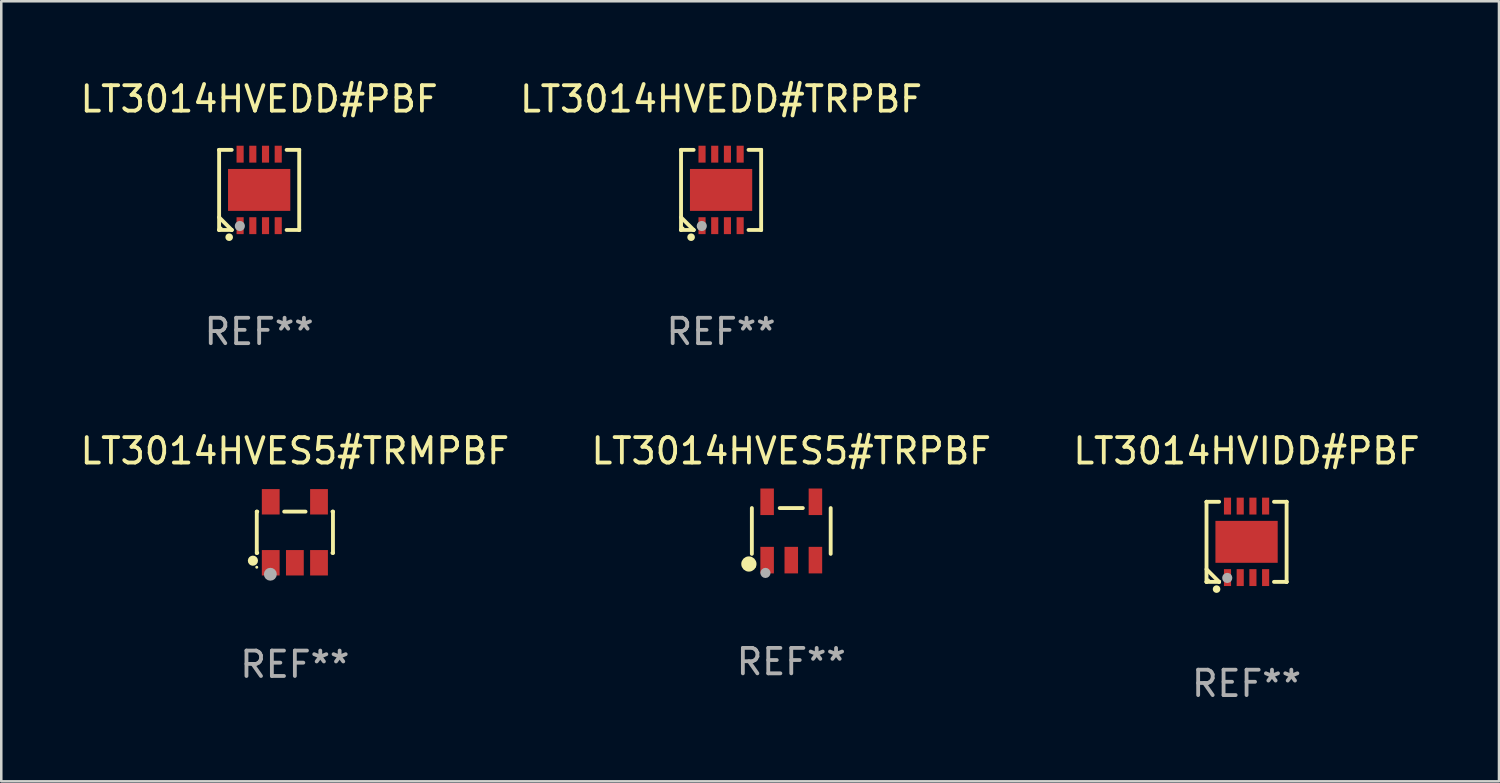
<source format=kicad_pcb>
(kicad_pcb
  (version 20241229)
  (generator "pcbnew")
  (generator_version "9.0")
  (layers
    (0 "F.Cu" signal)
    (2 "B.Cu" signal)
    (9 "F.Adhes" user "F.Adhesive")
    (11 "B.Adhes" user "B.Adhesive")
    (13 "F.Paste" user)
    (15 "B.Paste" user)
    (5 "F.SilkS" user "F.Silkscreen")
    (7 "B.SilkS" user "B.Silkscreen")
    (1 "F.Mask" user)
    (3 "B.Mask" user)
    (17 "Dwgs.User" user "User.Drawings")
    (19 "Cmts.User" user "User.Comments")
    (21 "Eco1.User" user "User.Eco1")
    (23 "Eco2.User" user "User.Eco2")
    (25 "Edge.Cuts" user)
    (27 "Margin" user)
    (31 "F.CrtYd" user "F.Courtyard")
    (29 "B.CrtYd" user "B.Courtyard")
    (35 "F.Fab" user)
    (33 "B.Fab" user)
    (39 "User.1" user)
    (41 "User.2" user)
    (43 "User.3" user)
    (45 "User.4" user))
  (footprint "LT3014HVEDD#TRPBF"
    (layer "F.Cu")
    (at 25.327 4.424)
    (property "Reference" "LT3014HVEDD#TRPBF" (at 0 -3.576 0) (layer "F.SilkS") (effects (font (size 1 1) (thickness 0.15))))
    (attr through_hole)
    (fp_line (start -1.576 -1.576) (end -1.576 -1.576) (stroke (width 0.152) (type solid)) (layer "F.SilkS"))
    (fp_line (start -1.576 -1.576) (end -1.08 -1.576) (stroke (width 0.152) (type solid)) (layer "F.SilkS"))
    (fp_line (start -1.576 1.576) (end -1.576 -1.576) (stroke (width 0.152) (type solid)) (layer "F.SilkS"))
    (fp_line (start -1.576 1.576) (end -1.576 1.576) (stroke (width 0.152) (type solid)) (layer "F.SilkS"))
    (fp_line (start -1.08 1.575) (end -1.576 1.079) (stroke (width 0.152) (type solid)) (layer "F.SilkS"))
    (fp_line (start -1.08 1.576) (end -1.576 1.576) (stroke (width 0.152) (type solid)) (layer "F.SilkS"))
    (fp_line (start -1.08 1.576) (end -1.08 1.575) (stroke (width 0.152) (type solid)) (layer "F.SilkS"))
    (fp_line (start 1.08 1.576) (end 1.576 1.576) (stroke (width 0.152) (type solid)) (layer "F.SilkS"))
    (fp_line (start 1.576 -1.576) (end 1.08 -1.576) (stroke (width 0.152) (type solid)) (layer "F.SilkS"))
    (fp_line (start 1.576 -1.576) (end 1.576 -1.576) (stroke (width 0.152) (type solid)) (layer "F.SilkS"))
    (fp_line (start 1.576 1.576) (end 1.576 -1.576) (stroke (width 0.152) (type solid)) (layer "F.SilkS"))
    (fp_line (start 1.576 1.576) (end 1.576 1.576) (stroke (width 0.152) (type solid)) (layer "F.SilkS"))
    (fp_circle (center -1.5 1.5) (end -1.47 1.5) (stroke (width 0.06) (type solid)) (fill no) (layer "F.SilkS"))
    (fp_circle (center -1.18 1.86) (end -1.105 1.86) (stroke (width 0.15) (type solid)) (fill no) (layer "F.SilkS"))
    (fp_circle (center -0.76 1.42) (end -0.66 1.42) (stroke (width 0.2) (type solid)) (fill no) (layer "F.Fab"))
    (fp_text user "REF**" (at 0 5.576 0) (layer "F.Fab") (effects (font (size 1 1) (thickness 0.15))))
    (pad "1" smd rect (at -0.75 1.407) (size 0.28 0.665) (layers "F.Cu" "F.Mask" "F.Paste"))
    (pad "2" smd rect (at -0.25 1.407) (size 0.28 0.665) (layers "F.Cu" "F.Mask" "F.Paste"))
    (pad "3" smd rect (at 0.25 1.407) (size 0.28 0.665) (layers "F.Cu" "F.Mask" "F.Paste"))
    (pad "4" smd rect (at 0.75 1.407) (size 0.28 0.665) (layers "F.Cu" "F.Mask" "F.Paste"))
    (pad "5" smd rect (at 0.75 -1.407) (size 0.28 0.665) (layers "F.Cu" "F.Mask" "F.Paste"))
    (pad "6" smd rect (at 0.25 -1.407) (size 0.28 0.665) (layers "F.Cu" "F.Mask" "F.Paste"))
    (pad "7" smd rect (at -0.25 -1.407) (size 0.28 0.665) (layers "F.Cu" "F.Mask" "F.Paste"))
    (pad "8" smd rect (at -0.75 -1.407) (size 0.28 0.665) (layers "F.Cu" "F.Mask" "F.Paste"))
    (pad "9" smd rect (at 0 0) (size 2.45 1.65) (layers "F.Cu" "F.Mask" "F.Paste")))
  (footprint "LT3014HVEDD#PBF"
    (layer "F.Cu")
    (at 7.149 4.424)
    (property "Reference" "LT3014HVEDD#PBF" (at 0 -3.576 0) (layer "F.SilkS") (effects (font (size 1 1) (thickness 0.15))))
    (attr through_hole)
    (fp_line (start -1.576 -1.576) (end -1.576 -1.576) (stroke (width 0.152) (type solid)) (layer "F.SilkS"))
    (fp_line (start -1.576 -1.576) (end -1.08 -1.576) (stroke (width 0.152) (type solid)) (layer "F.SilkS"))
    (fp_line (start -1.576 1.576) (end -1.576 -1.576) (stroke (width 0.152) (type solid)) (layer "F.SilkS"))
    (fp_line (start -1.576 1.576) (end -1.576 1.576) (stroke (width 0.152) (type solid)) (layer "F.SilkS"))
    (fp_line (start -1.08 1.575) (end -1.576 1.079) (stroke (width 0.152) (type solid)) (layer "F.SilkS"))
    (fp_line (start -1.08 1.576) (end -1.576 1.576) (stroke (width 0.152) (type solid)) (layer "F.SilkS"))
    (fp_line (start -1.08 1.576) (end -1.08 1.575) (stroke (width 0.152) (type solid)) (layer "F.SilkS"))
    (fp_line (start 1.08 1.576) (end 1.576 1.576) (stroke (width 0.152) (type solid)) (layer "F.SilkS"))
    (fp_line (start 1.576 -1.576) (end 1.08 -1.576) (stroke (width 0.152) (type solid)) (layer "F.SilkS"))
    (fp_line (start 1.576 -1.576) (end 1.576 -1.576) (stroke (width 0.152) (type solid)) (layer "F.SilkS"))
    (fp_line (start 1.576 1.576) (end 1.576 -1.576) (stroke (width 0.152) (type solid)) (layer "F.SilkS"))
    (fp_line (start 1.576 1.576) (end 1.576 1.576) (stroke (width 0.152) (type solid)) (layer "F.SilkS"))
    (fp_circle (center -1.5 1.5) (end -1.47 1.5) (stroke (width 0.06) (type solid)) (fill no) (layer "F.SilkS"))
    (fp_circle (center -1.18 1.86) (end -1.105 1.86) (stroke (width 0.15) (type solid)) (fill no) (layer "F.SilkS"))
    (fp_circle (center -0.76 1.42) (end -0.66 1.42) (stroke (width 0.2) (type solid)) (fill no) (layer "F.Fab"))
    (fp_text user "REF**" (at 0 5.576 0) (layer "F.Fab") (effects (font (size 1 1) (thickness 0.15))))
    (pad "1" smd rect (at -0.75 1.407) (size 0.28 0.665) (layers "F.Cu" "F.Mask" "F.Paste"))
    (pad "2" smd rect (at -0.25 1.407) (size 0.28 0.665) (layers "F.Cu" "F.Mask" "F.Paste"))
    (pad "3" smd rect (at 0.25 1.407) (size 0.28 0.665) (layers "F.Cu" "F.Mask" "F.Paste"))
    (pad "4" smd rect (at 0.75 1.407) (size 0.28 0.665) (layers "F.Cu" "F.Mask" "F.Paste"))
    (pad "5" smd rect (at 0.75 -1.407) (size 0.28 0.665) (layers "F.Cu" "F.Mask" "F.Paste"))
    (pad "6" smd rect (at 0.25 -1.407) (size 0.28 0.665) (layers "F.Cu" "F.Mask" "F.Paste"))
    (pad "7" smd rect (at -0.25 -1.407) (size 0.28 0.665) (layers "F.Cu" "F.Mask" "F.Paste"))
    (pad "8" smd rect (at -0.75 -1.407) (size 0.28 0.665) (layers "F.Cu" "F.Mask" "F.Paste"))
    (pad "9" smd rect (at 0 0) (size 2.45 1.65) (layers "F.Cu" "F.Mask" "F.Paste")))
  (footprint "LT3014HVES5#TRMPBF"
    (layer "F.Cu")
    (at 8.554 17.897)
    (property "Reference" "LT3014HVES5#TRMPBF" (at 0 -3.2 0) (layer "F.SilkS") (effects (font (size 1 1) (thickness 0.15))))
    (attr through_hole)
    (fp_line (start -1.499 -0.813) (end -1.48 -0.813) (stroke (width 0.152) (type solid)) (layer "F.SilkS"))
    (fp_line (start -1.499 0.813) (end -1.499 -0.813) (stroke (width 0.152) (type solid)) (layer "F.SilkS"))
    (fp_line (start -1.48 0.813) (end -1.499 0.813) (stroke (width 0.152) (type solid)) (layer "F.SilkS"))
    (fp_line (start -0.42 -0.813) (end 0.42 -0.813) (stroke (width 0.152) (type solid)) (layer "F.SilkS"))
    (fp_line (start 1.48 -0.813) (end 1.499 -0.813) (stroke (width 0.152) (type solid)) (layer "F.SilkS"))
    (fp_line (start 1.499 -0.813) (end 1.499 0.813) (stroke (width 0.152) (type solid)) (layer "F.SilkS"))
    (fp_line (start 1.499 0.813) (end 1.48 0.813) (stroke (width 0.152) (type solid)) (layer "F.SilkS"))
    (fp_circle (center -1.651 1.118) (end -1.551 1.118) (stroke (width 0.2) (type solid)) (fill no) (layer "F.SilkS"))
    (fp_circle (center -1.5 1.375) (end -1.47 1.375) (stroke (width 0.06) (type solid)) (fill no) (layer "F.SilkS"))
    (fp_circle (center -0.965 1.651) (end -0.838 1.651) (stroke (width 0.254) (type solid)) (fill no) (layer "F.Fab"))
    (fp_text user "REF**" (at 0 5.2 0) (layer "F.Fab") (effects (font (size 1 1) (thickness 0.15))))
    (pad "1" smd rect (at -0.95 1.2) (size 0.7 1) (layers "F.Cu" "F.Mask" "F.Paste"))
    (pad "2" smd rect (at 0 1.2) (size 0.7 1) (layers "F.Cu" "F.Mask" "F.Paste"))
    (pad "3" smd rect (at 0.95 1.2) (size 0.7 1) (layers "F.Cu" "F.Mask" "F.Paste"))
    (pad "4" smd rect (at 0.95 -1.2) (size 0.7 1) (layers "F.Cu" "F.Mask" "F.Paste"))
    (pad "5" smd rect (at -0.95 -1.2) (size 0.7 1) (layers "F.Cu" "F.Mask" "F.Paste")))
  (footprint "LT3014HVIDD#PBF"
    (layer "F.Cu")
    (at 46.006 18.273)
    (property "Reference" "LT3014HVIDD#PBF" (at 0 -3.576 0) (layer "F.SilkS") (effects (font (size 1 1) (thickness 0.15))))
    (attr through_hole)
    (fp_line (start -1.576 -1.576) (end -1.576 -1.576) (stroke (width 0.152) (type solid)) (layer "F.SilkS"))
    (fp_line (start -1.576 -1.576) (end -1.08 -1.576) (stroke (width 0.152) (type solid)) (layer "F.SilkS"))
    (fp_line (start -1.576 1.576) (end -1.576 -1.576) (stroke (width 0.152) (type solid)) (layer "F.SilkS"))
    (fp_line (start -1.576 1.576) (end -1.576 1.576) (stroke (width 0.152) (type solid)) (layer "F.SilkS"))
    (fp_line (start -1.08 1.575) (end -1.576 1.079) (stroke (width 0.152) (type solid)) (layer "F.SilkS"))
    (fp_line (start -1.08 1.576) (end -1.576 1.576) (stroke (width 0.152) (type solid)) (layer "F.SilkS"))
    (fp_line (start -1.08 1.576) (end -1.08 1.575) (stroke (width 0.152) (type solid)) (layer "F.SilkS"))
    (fp_line (start 1.08 1.576) (end 1.576 1.576) (stroke (width 0.152) (type solid)) (layer "F.SilkS"))
    (fp_line (start 1.576 -1.576) (end 1.08 -1.576) (stroke (width 0.152) (type solid)) (layer "F.SilkS"))
    (fp_line (start 1.576 -1.576) (end 1.576 -1.576) (stroke (width 0.152) (type solid)) (layer "F.SilkS"))
    (fp_line (start 1.576 1.576) (end 1.576 -1.576) (stroke (width 0.152) (type solid)) (layer "F.SilkS"))
    (fp_line (start 1.576 1.576) (end 1.576 1.576) (stroke (width 0.152) (type solid)) (layer "F.SilkS"))
    (fp_circle (center -1.5 1.5) (end -1.47 1.5) (stroke (width 0.06) (type solid)) (fill no) (layer "F.SilkS"))
    (fp_circle (center -1.18 1.86) (end -1.105 1.86) (stroke (width 0.15) (type solid)) (fill no) (layer "F.SilkS"))
    (fp_circle (center -0.76 1.42) (end -0.66 1.42) (stroke (width 0.2) (type solid)) (fill no) (layer "F.Fab"))
    (fp_text user "REF**" (at 0 5.576 0) (layer "F.Fab") (effects (font (size 1 1) (thickness 0.15))))
    (pad "1" smd rect (at -0.75 1.407) (size 0.28 0.665) (layers "F.Cu" "F.Mask" "F.Paste"))
    (pad "2" smd rect (at -0.25 1.407) (size 0.28 0.665) (layers "F.Cu" "F.Mask" "F.Paste"))
    (pad "3" smd rect (at 0.25 1.407) (size 0.28 0.665) (layers "F.Cu" "F.Mask" "F.Paste"))
    (pad "4" smd rect (at 0.75 1.407) (size 0.28 0.665) (layers "F.Cu" "F.Mask" "F.Paste"))
    (pad "5" smd rect (at 0.75 -1.407) (size 0.28 0.665) (layers "F.Cu" "F.Mask" "F.Paste"))
    (pad "6" smd rect (at 0.25 -1.407) (size 0.28 0.665) (layers "F.Cu" "F.Mask" "F.Paste"))
    (pad "7" smd rect (at -0.25 -1.407) (size 0.28 0.665) (layers "F.Cu" "F.Mask" "F.Paste"))
    (pad "8" smd rect (at -0.75 -1.407) (size 0.28 0.665) (layers "F.Cu" "F.Mask" "F.Paste"))
    (pad "9" smd rect (at 0 0) (size 2.45 1.65) (layers "F.Cu" "F.Mask" "F.Paste")))
  (footprint "LT3014HVES5#TRPBF"
    (layer "F.Cu")
    (at 28.089 17.845)
    (property "Reference" "LT3014HVES5#TRPBF" (at 0 -3.148 0) (layer "F.SilkS") (effects (font (size 1 1) (thickness 0.15))))
    (attr through_hole)
    (fp_line (start -1.551 0.901) (end -1.551 -0.901) (stroke (width 0.152) (type solid)) (layer "F.SilkS"))
    (fp_line (start 0.455 -0.901) (end -0.455 -0.901) (stroke (width 0.152) (type solid)) (layer "F.SilkS"))
    (fp_line (start 1.551 0.901) (end 1.551 -0.901) (stroke (width 0.152) (type solid)) (layer "F.SilkS"))
    (fp_circle (center -1.668 1.3) (end -1.518 1.3) (stroke (width 0.3) (type solid)) (fill no) (layer "F.SilkS"))
    (fp_circle (center -1.45 1.4) (end -1.42 1.4) (stroke (width 0.06) (type solid)) (fill no) (layer "F.SilkS"))
    (fp_circle (center -1.016 1.651) (end -0.916 1.651) (stroke (width 0.2) (type solid)) (fill no) (layer "F.Fab"))
    (fp_text user "REF**" (at 0 5.148 0) (layer "F.Fab") (effects (font (size 1 1) (thickness 0.15))))
    (pad "1" smd rect (at -0.95 1.148) (size 0.532 1.045) (layers "F.Cu" "F.Mask" "F.Paste"))
    (pad "2" smd rect (at 0 1.148) (size 0.532 1.045) (layers "F.Cu" "F.Mask" "F.Paste"))
    (pad "3" smd rect (at 0.95 1.148) (size 0.532 1.045) (layers "F.Cu" "F.Mask" "F.Paste"))
    (pad "4" smd rect (at 0.95 -1.148) (size 0.532 1.045) (layers "F.Cu" "F.Mask" "F.Paste"))
    (pad "5" smd rect (at -0.95 -1.148) (size 0.532 1.045) (layers "F.Cu" "F.Mask" "F.Paste")))
  (gr_rect
    (start -3 -3)
    (end 55.94 27.698)
    (stroke (width 0.1) (type default))
    (fill no)
    (layer "Edge.Cuts")))
</source>
